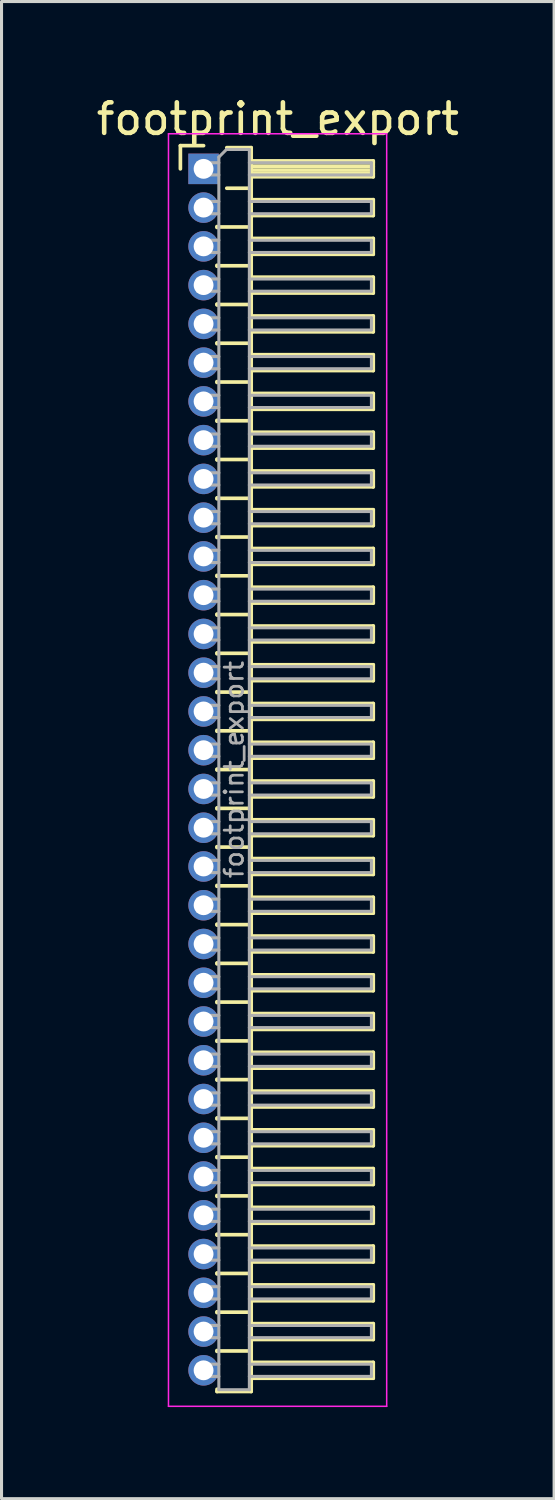
<source format=kicad_pcb>
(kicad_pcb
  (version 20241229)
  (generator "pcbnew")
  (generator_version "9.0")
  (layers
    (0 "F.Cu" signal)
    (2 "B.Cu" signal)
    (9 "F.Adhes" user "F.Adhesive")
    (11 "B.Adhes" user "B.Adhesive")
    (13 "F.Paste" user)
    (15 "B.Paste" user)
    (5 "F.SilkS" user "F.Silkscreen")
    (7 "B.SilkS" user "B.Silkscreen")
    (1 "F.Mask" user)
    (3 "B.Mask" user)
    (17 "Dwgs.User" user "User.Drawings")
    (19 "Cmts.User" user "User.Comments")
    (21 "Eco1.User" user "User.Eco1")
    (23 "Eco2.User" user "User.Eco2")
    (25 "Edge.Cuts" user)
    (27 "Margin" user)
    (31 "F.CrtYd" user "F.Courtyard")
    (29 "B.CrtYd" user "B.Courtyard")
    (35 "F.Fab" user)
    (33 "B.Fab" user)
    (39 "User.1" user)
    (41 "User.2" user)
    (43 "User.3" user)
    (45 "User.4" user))
  (footprint "footprint_export"
    (layer "F.Cu")
    (at 3.621 2.483)
    (property "Reference" "footprint_export" (at 2.433 -1.635 0) (layer "F.SilkS") (effects (font (size 1 1) (thickness 0.15))))
    (attr through_hole)
    (fp_line (start -0.76 -0.76) (end 0 -0.76) (stroke (width 0.12) (type solid)) (layer "F.SilkS"))
    (fp_line (start -0.76 0) (end -0.76 -0.76) (stroke (width 0.12) (type solid)) (layer "F.SilkS"))
    (fp_line (start 0.44 1.89) (end 0.44 1.92) (stroke (width 0.12) (type solid)) (layer "F.SilkS"))
    (fp_line (start 0.44 1.905) (end 1.56 1.905) (stroke (width 0.12) (type solid)) (layer "F.SilkS"))
    (fp_line (start 0.44 3.16) (end 0.44 3.19) (stroke (width 0.12) (type solid)) (layer "F.SilkS"))
    (fp_line (start 0.44 3.175) (end 1.56 3.175) (stroke (width 0.12) (type solid)) (layer "F.SilkS"))
    (fp_line (start 0.44 4.43) (end 0.44 4.46) (stroke (width 0.12) (type solid)) (layer "F.SilkS"))
    (fp_line (start 0.44 4.445) (end 1.56 4.445) (stroke (width 0.12) (type solid)) (layer "F.SilkS"))
    (fp_line (start 0.44 5.7) (end 0.44 5.73) (stroke (width 0.12) (type solid)) (layer "F.SilkS"))
    (fp_line (start 0.44 5.715) (end 1.56 5.715) (stroke (width 0.12) (type solid)) (layer "F.SilkS"))
    (fp_line (start 0.44 6.97) (end 0.44 7) (stroke (width 0.12) (type solid)) (layer "F.SilkS"))
    (fp_line (start 0.44 6.985) (end 1.56 6.985) (stroke (width 0.12) (type solid)) (layer "F.SilkS"))
    (fp_line (start 0.44 8.24) (end 0.44 8.27) (stroke (width 0.12) (type solid)) (layer "F.SilkS"))
    (fp_line (start 0.44 8.255) (end 1.56 8.255) (stroke (width 0.12) (type solid)) (layer "F.SilkS"))
    (fp_line (start 0.44 9.51) (end 0.44 9.54) (stroke (width 0.12) (type solid)) (layer "F.SilkS"))
    (fp_line (start 0.44 9.525) (end 1.56 9.525) (stroke (width 0.12) (type solid)) (layer "F.SilkS"))
    (fp_line (start 0.44 10.78) (end 0.44 10.81) (stroke (width 0.12) (type solid)) (layer "F.SilkS"))
    (fp_line (start 0.44 10.795) (end 1.56 10.795) (stroke (width 0.12) (type solid)) (layer "F.SilkS"))
    (fp_line (start 0.44 12.05) (end 0.44 12.08) (stroke (width 0.12) (type solid)) (layer "F.SilkS"))
    (fp_line (start 0.44 12.065) (end 1.56 12.065) (stroke (width 0.12) (type solid)) (layer "F.SilkS"))
    (fp_line (start 0.44 13.32) (end 0.44 13.35) (stroke (width 0.12) (type solid)) (layer "F.SilkS"))
    (fp_line (start 0.44 13.335) (end 1.56 13.335) (stroke (width 0.12) (type solid)) (layer "F.SilkS"))
    (fp_line (start 0.44 14.59) (end 0.44 14.62) (stroke (width 0.12) (type solid)) (layer "F.SilkS"))
    (fp_line (start 0.44 14.605) (end 1.56 14.605) (stroke (width 0.12) (type solid)) (layer "F.SilkS"))
    (fp_line (start 0.44 15.86) (end 0.44 15.89) (stroke (width 0.12) (type solid)) (layer "F.SilkS"))
    (fp_line (start 0.44 15.875) (end 1.56 15.875) (stroke (width 0.12) (type solid)) (layer "F.SilkS"))
    (fp_line (start 0.44 17.13) (end 0.44 17.16) (stroke (width 0.12) (type solid)) (layer "F.SilkS"))
    (fp_line (start 0.44 17.145) (end 1.56 17.145) (stroke (width 0.12) (type solid)) (layer "F.SilkS"))
    (fp_line (start 0.44 18.4) (end 0.44 18.43) (stroke (width 0.12) (type solid)) (layer "F.SilkS"))
    (fp_line (start 0.44 18.415) (end 1.56 18.415) (stroke (width 0.12) (type solid)) (layer "F.SilkS"))
    (fp_line (start 0.44 19.67) (end 0.44 19.7) (stroke (width 0.12) (type solid)) (layer "F.SilkS"))
    (fp_line (start 0.44 19.685) (end 1.56 19.685) (stroke (width 0.12) (type solid)) (layer "F.SilkS"))
    (fp_line (start 0.44 20.94) (end 0.44 20.97) (stroke (width 0.12) (type solid)) (layer "F.SilkS"))
    (fp_line (start 0.44 20.955) (end 1.56 20.955) (stroke (width 0.12) (type solid)) (layer "F.SilkS"))
    (fp_line (start 0.44 22.21) (end 0.44 22.24) (stroke (width 0.12) (type solid)) (layer "F.SilkS"))
    (fp_line (start 0.44 22.225) (end 1.56 22.225) (stroke (width 0.12) (type solid)) (layer "F.SilkS"))
    (fp_line (start 0.44 23.48) (end 0.44 23.51) (stroke (width 0.12) (type solid)) (layer "F.SilkS"))
    (fp_line (start 0.44 23.495) (end 1.56 23.495) (stroke (width 0.12) (type solid)) (layer "F.SilkS"))
    (fp_line (start 0.44 24.75) (end 0.44 24.78) (stroke (width 0.12) (type solid)) (layer "F.SilkS"))
    (fp_line (start 0.44 24.765) (end 1.56 24.765) (stroke (width 0.12) (type solid)) (layer "F.SilkS"))
    (fp_line (start 0.44 26.02) (end 0.44 26.05) (stroke (width 0.12) (type solid)) (layer "F.SilkS"))
    (fp_line (start 0.44 26.035) (end 1.56 26.035) (stroke (width 0.12) (type solid)) (layer "F.SilkS"))
    (fp_line (start 0.44 27.29) (end 0.44 27.32) (stroke (width 0.12) (type solid)) (layer "F.SilkS"))
    (fp_line (start 0.44 27.305) (end 1.56 27.305) (stroke (width 0.12) (type solid)) (layer "F.SilkS"))
    (fp_line (start 0.44 28.56) (end 0.44 28.59) (stroke (width 0.12) (type solid)) (layer "F.SilkS"))
    (fp_line (start 0.44 28.575) (end 1.56 28.575) (stroke (width 0.12) (type solid)) (layer "F.SilkS"))
    (fp_line (start 0.44 29.83) (end 0.44 29.86) (stroke (width 0.12) (type solid)) (layer "F.SilkS"))
    (fp_line (start 0.44 29.845) (end 1.56 29.845) (stroke (width 0.12) (type solid)) (layer "F.SilkS"))
    (fp_line (start 0.44 31.1) (end 0.44 31.13) (stroke (width 0.12) (type solid)) (layer "F.SilkS"))
    (fp_line (start 0.44 31.115) (end 1.56 31.115) (stroke (width 0.12) (type solid)) (layer "F.SilkS"))
    (fp_line (start 0.44 32.37) (end 0.44 32.4) (stroke (width 0.12) (type solid)) (layer "F.SilkS"))
    (fp_line (start 0.44 32.385) (end 1.56 32.385) (stroke (width 0.12) (type solid)) (layer "F.SilkS"))
    (fp_line (start 0.44 33.64) (end 0.44 33.67) (stroke (width 0.12) (type solid)) (layer "F.SilkS"))
    (fp_line (start 0.44 33.655) (end 1.56 33.655) (stroke (width 0.12) (type solid)) (layer "F.SilkS"))
    (fp_line (start 0.44 34.91) (end 0.44 34.94) (stroke (width 0.12) (type solid)) (layer "F.SilkS"))
    (fp_line (start 0.44 34.925) (end 1.56 34.925) (stroke (width 0.12) (type solid)) (layer "F.SilkS"))
    (fp_line (start 0.44 36.18) (end 0.44 36.21) (stroke (width 0.12) (type solid)) (layer "F.SilkS"))
    (fp_line (start 0.44 36.195) (end 1.56 36.195) (stroke (width 0.12) (type solid)) (layer "F.SilkS"))
    (fp_line (start 0.44 37.45) (end 0.44 37.48) (stroke (width 0.12) (type solid)) (layer "F.SilkS"))
    (fp_line (start 0.44 37.465) (end 1.56 37.465) (stroke (width 0.12) (type solid)) (layer "F.SilkS"))
    (fp_line (start 0.44 38.72) (end 0.44 38.75) (stroke (width 0.12) (type solid)) (layer "F.SilkS"))
    (fp_line (start 0.44 38.735) (end 1.56 38.735) (stroke (width 0.12) (type solid)) (layer "F.SilkS"))
    (fp_line (start 0.44 40.065) (end 0.44 39.99) (stroke (width 0.12) (type solid)) (layer "F.SilkS"))
    (fp_line (start 0.76 -0.695) (end 1.56 -0.695) (stroke (width 0.12) (type solid)) (layer "F.SilkS"))
    (fp_line (start 0.76 0.635) (end 1.56 0.635) (stroke (width 0.12) (type solid)) (layer "F.SilkS"))
    (fp_line (start 1.56 -0.695) (end 1.56 40.065) (stroke (width 0.12) (type solid)) (layer "F.SilkS"))
    (fp_line (start 1.56 -0.26) (end 5.56 -0.26) (stroke (width 0.12) (type solid)) (layer "F.SilkS"))
    (fp_line (start 1.56 -0.2) (end 5.56 -0.2) (stroke (width 0.12) (type solid)) (layer "F.SilkS"))
    (fp_line (start 1.56 -0.08) (end 5.56 -0.08) (stroke (width 0.12) (type solid)) (layer "F.SilkS"))
    (fp_line (start 1.56 0.04) (end 5.56 0.04) (stroke (width 0.12) (type solid)) (layer "F.SilkS"))
    (fp_line (start 1.56 0.16) (end 5.56 0.16) (stroke (width 0.12) (type solid)) (layer "F.SilkS"))
    (fp_line (start 1.56 1.01) (end 5.56 1.01) (stroke (width 0.12) (type solid)) (layer "F.SilkS"))
    (fp_line (start 1.56 2.28) (end 5.56 2.28) (stroke (width 0.12) (type solid)) (layer "F.SilkS"))
    (fp_line (start 1.56 3.55) (end 5.56 3.55) (stroke (width 0.12) (type solid)) (layer "F.SilkS"))
    (fp_line (start 1.56 4.82) (end 5.56 4.82) (stroke (width 0.12) (type solid)) (layer "F.SilkS"))
    (fp_line (start 1.56 6.09) (end 5.56 6.09) (stroke (width 0.12) (type solid)) (layer "F.SilkS"))
    (fp_line (start 1.56 7.36) (end 5.56 7.36) (stroke (width 0.12) (type solid)) (layer "F.SilkS"))
    (fp_line (start 1.56 8.63) (end 5.56 8.63) (stroke (width 0.12) (type solid)) (layer "F.SilkS"))
    (fp_line (start 1.56 9.9) (end 5.56 9.9) (stroke (width 0.12) (type solid)) (layer "F.SilkS"))
    (fp_line (start 1.56 11.17) (end 5.56 11.17) (stroke (width 0.12) (type solid)) (layer "F.SilkS"))
    (fp_line (start 1.56 12.44) (end 5.56 12.44) (stroke (width 0.12) (type solid)) (layer "F.SilkS"))
    (fp_line (start 1.56 13.71) (end 5.56 13.71) (stroke (width 0.12) (type solid)) (layer "F.SilkS"))
    (fp_line (start 1.56 14.98) (end 5.56 14.98) (stroke (width 0.12) (type solid)) (layer "F.SilkS"))
    (fp_line (start 1.56 16.25) (end 5.56 16.25) (stroke (width 0.12) (type solid)) (layer "F.SilkS"))
    (fp_line (start 1.56 17.52) (end 5.56 17.52) (stroke (width 0.12) (type solid)) (layer "F.SilkS"))
    (fp_line (start 1.56 18.79) (end 5.56 18.79) (stroke (width 0.12) (type solid)) (layer "F.SilkS"))
    (fp_line (start 1.56 20.06) (end 5.56 20.06) (stroke (width 0.12) (type solid)) (layer "F.SilkS"))
    (fp_line (start 1.56 21.33) (end 5.56 21.33) (stroke (width 0.12) (type solid)) (layer "F.SilkS"))
    (fp_line (start 1.56 22.6) (end 5.56 22.6) (stroke (width 0.12) (type solid)) (layer "F.SilkS"))
    (fp_line (start 1.56 23.87) (end 5.56 23.87) (stroke (width 0.12) (type solid)) (layer "F.SilkS"))
    (fp_line (start 1.56 25.14) (end 5.56 25.14) (stroke (width 0.12) (type solid)) (layer "F.SilkS"))
    (fp_line (start 1.56 26.41) (end 5.56 26.41) (stroke (width 0.12) (type solid)) (layer "F.SilkS"))
    (fp_line (start 1.56 27.68) (end 5.56 27.68) (stroke (width 0.12) (type solid)) (layer "F.SilkS"))
    (fp_line (start 1.56 28.95) (end 5.56 28.95) (stroke (width 0.12) (type solid)) (layer "F.SilkS"))
    (fp_line (start 1.56 30.22) (end 5.56 30.22) (stroke (width 0.12) (type solid)) (layer "F.SilkS"))
    (fp_line (start 1.56 31.49) (end 5.56 31.49) (stroke (width 0.12) (type solid)) (layer "F.SilkS"))
    (fp_line (start 1.56 32.76) (end 5.56 32.76) (stroke (width 0.12) (type solid)) (layer "F.SilkS"))
    (fp_line (start 1.56 34.03) (end 5.56 34.03) (stroke (width 0.12) (type solid)) (layer "F.SilkS"))
    (fp_line (start 1.56 35.3) (end 5.56 35.3) (stroke (width 0.12) (type solid)) (layer "F.SilkS"))
    (fp_line (start 1.56 36.57) (end 5.56 36.57) (stroke (width 0.12) (type solid)) (layer "F.SilkS"))
    (fp_line (start 1.56 37.84) (end 5.56 37.84) (stroke (width 0.12) (type solid)) (layer "F.SilkS"))
    (fp_line (start 1.56 39.11) (end 5.56 39.11) (stroke (width 0.12) (type solid)) (layer "F.SilkS"))
    (fp_line (start 1.56 40.065) (end 0.44 40.065) (stroke (width 0.12) (type solid)) (layer "F.SilkS"))
    (fp_line (start 5.56 -0.26) (end 5.56 0.26) (stroke (width 0.12) (type solid)) (layer "F.SilkS"))
    (fp_line (start 5.56 0.26) (end 1.56 0.26) (stroke (width 0.12) (type solid)) (layer "F.SilkS"))
    (fp_line (start 5.56 1.01) (end 5.56 1.53) (stroke (width 0.12) (type solid)) (layer "F.SilkS"))
    (fp_line (start 5.56 1.53) (end 1.56 1.53) (stroke (width 0.12) (type solid)) (layer "F.SilkS"))
    (fp_line (start 5.56 2.28) (end 5.56 2.8) (stroke (width 0.12) (type solid)) (layer "F.SilkS"))
    (fp_line (start 5.56 2.8) (end 1.56 2.8) (stroke (width 0.12) (type solid)) (layer "F.SilkS"))
    (fp_line (start 5.56 3.55) (end 5.56 4.07) (stroke (width 0.12) (type solid)) (layer "F.SilkS"))
    (fp_line (start 5.56 4.07) (end 1.56 4.07) (stroke (width 0.12) (type solid)) (layer "F.SilkS"))
    (fp_line (start 5.56 4.82) (end 5.56 5.34) (stroke (width 0.12) (type solid)) (layer "F.SilkS"))
    (fp_line (start 5.56 5.34) (end 1.56 5.34) (stroke (width 0.12) (type solid)) (layer "F.SilkS"))
    (fp_line (start 5.56 6.09) (end 5.56 6.61) (stroke (width 0.12) (type solid)) (layer "F.SilkS"))
    (fp_line (start 5.56 6.61) (end 1.56 6.61) (stroke (width 0.12) (type solid)) (layer "F.SilkS"))
    (fp_line (start 5.56 7.36) (end 5.56 7.88) (stroke (width 0.12) (type solid)) (layer "F.SilkS"))
    (fp_line (start 5.56 7.88) (end 1.56 7.88) (stroke (width 0.12) (type solid)) (layer "F.SilkS"))
    (fp_line (start 5.56 8.63) (end 5.56 9.15) (stroke (width 0.12) (type solid)) (layer "F.SilkS"))
    (fp_line (start 5.56 9.15) (end 1.56 9.15) (stroke (width 0.12) (type solid)) (layer "F.SilkS"))
    (fp_line (start 5.56 9.9) (end 5.56 10.42) (stroke (width 0.12) (type solid)) (layer "F.SilkS"))
    (fp_line (start 5.56 10.42) (end 1.56 10.42) (stroke (width 0.12) (type solid)) (layer "F.SilkS"))
    (fp_line (start 5.56 11.17) (end 5.56 11.69) (stroke (width 0.12) (type solid)) (layer "F.SilkS"))
    (fp_line (start 5.56 11.69) (end 1.56 11.69) (stroke (width 0.12) (type solid)) (layer "F.SilkS"))
    (fp_line (start 5.56 12.44) (end 5.56 12.96) (stroke (width 0.12) (type solid)) (layer "F.SilkS"))
    (fp_line (start 5.56 12.96) (end 1.56 12.96) (stroke (width 0.12) (type solid)) (layer "F.SilkS"))
    (fp_line (start 5.56 13.71) (end 5.56 14.23) (stroke (width 0.12) (type solid)) (layer "F.SilkS"))
    (fp_line (start 5.56 14.23) (end 1.56 14.23) (stroke (width 0.12) (type solid)) (layer "F.SilkS"))
    (fp_line (start 5.56 14.98) (end 5.56 15.5) (stroke (width 0.12) (type solid)) (layer "F.SilkS"))
    (fp_line (start 5.56 15.5) (end 1.56 15.5) (stroke (width 0.12) (type solid)) (layer "F.SilkS"))
    (fp_line (start 5.56 16.25) (end 5.56 16.77) (stroke (width 0.12) (type solid)) (layer "F.SilkS"))
    (fp_line (start 5.56 16.77) (end 1.56 16.77) (stroke (width 0.12) (type solid)) (layer "F.SilkS"))
    (fp_line (start 5.56 17.52) (end 5.56 18.04) (stroke (width 0.12) (type solid)) (layer "F.SilkS"))
    (fp_line (start 5.56 18.04) (end 1.56 18.04) (stroke (width 0.12) (type solid)) (layer "F.SilkS"))
    (fp_line (start 5.56 18.79) (end 5.56 19.31) (stroke (width 0.12) (type solid)) (layer "F.SilkS"))
    (fp_line (start 5.56 19.31) (end 1.56 19.31) (stroke (width 0.12) (type solid)) (layer "F.SilkS"))
    (fp_line (start 5.56 20.06) (end 5.56 20.58) (stroke (width 0.12) (type solid)) (layer "F.SilkS"))
    (fp_line (start 5.56 20.58) (end 1.56 20.58) (stroke (width 0.12) (type solid)) (layer "F.SilkS"))
    (fp_line (start 5.56 21.33) (end 5.56 21.85) (stroke (width 0.12) (type solid)) (layer "F.SilkS"))
    (fp_line (start 5.56 21.85) (end 1.56 21.85) (stroke (width 0.12) (type solid)) (layer "F.SilkS"))
    (fp_line (start 5.56 22.6) (end 5.56 23.12) (stroke (width 0.12) (type solid)) (layer "F.SilkS"))
    (fp_line (start 5.56 23.12) (end 1.56 23.12) (stroke (width 0.12) (type solid)) (layer "F.SilkS"))
    (fp_line (start 5.56 23.87) (end 5.56 24.39) (stroke (width 0.12) (type solid)) (layer "F.SilkS"))
    (fp_line (start 5.56 24.39) (end 1.56 24.39) (stroke (width 0.12) (type solid)) (layer "F.SilkS"))
    (fp_line (start 5.56 25.14) (end 5.56 25.66) (stroke (width 0.12) (type solid)) (layer "F.SilkS"))
    (fp_line (start 5.56 25.66) (end 1.56 25.66) (stroke (width 0.12) (type solid)) (layer "F.SilkS"))
    (fp_line (start 5.56 26.41) (end 5.56 26.93) (stroke (width 0.12) (type solid)) (layer "F.SilkS"))
    (fp_line (start 5.56 26.93) (end 1.56 26.93) (stroke (width 0.12) (type solid)) (layer "F.SilkS"))
    (fp_line (start 5.56 27.68) (end 5.56 28.2) (stroke (width 0.12) (type solid)) (layer "F.SilkS"))
    (fp_line (start 5.56 28.2) (end 1.56 28.2) (stroke (width 0.12) (type solid)) (layer "F.SilkS"))
    (fp_line (start 5.56 28.95) (end 5.56 29.47) (stroke (width 0.12) (type solid)) (layer "F.SilkS"))
    (fp_line (start 5.56 29.47) (end 1.56 29.47) (stroke (width 0.12) (type solid)) (layer "F.SilkS"))
    (fp_line (start 5.56 30.22) (end 5.56 30.74) (stroke (width 0.12) (type solid)) (layer "F.SilkS"))
    (fp_line (start 5.56 30.74) (end 1.56 30.74) (stroke (width 0.12) (type solid)) (layer "F.SilkS"))
    (fp_line (start 5.56 31.49) (end 5.56 32.01) (stroke (width 0.12) (type solid)) (layer "F.SilkS"))
    (fp_line (start 5.56 32.01) (end 1.56 32.01) (stroke (width 0.12) (type solid)) (layer "F.SilkS"))
    (fp_line (start 5.56 32.76) (end 5.56 33.28) (stroke (width 0.12) (type solid)) (layer "F.SilkS"))
    (fp_line (start 5.56 33.28) (end 1.56 33.28) (stroke (width 0.12) (type solid)) (layer "F.SilkS"))
    (fp_line (start 5.56 34.03) (end 5.56 34.55) (stroke (width 0.12) (type solid)) (layer "F.SilkS"))
    (fp_line (start 5.56 34.55) (end 1.56 34.55) (stroke (width 0.12) (type solid)) (layer "F.SilkS"))
    (fp_line (start 5.56 35.3) (end 5.56 35.82) (stroke (width 0.12) (type solid)) (layer "F.SilkS"))
    (fp_line (start 5.56 35.82) (end 1.56 35.82) (stroke (width 0.12) (type solid)) (layer "F.SilkS"))
    (fp_line (start 5.56 36.57) (end 5.56 37.09) (stroke (width 0.12) (type solid)) (layer "F.SilkS"))
    (fp_line (start 5.56 37.09) (end 1.56 37.09) (stroke (width 0.12) (type solid)) (layer "F.SilkS"))
    (fp_line (start 5.56 37.84) (end 5.56 38.36) (stroke (width 0.12) (type solid)) (layer "F.SilkS"))
    (fp_line (start 5.56 38.36) (end 1.56 38.36) (stroke (width 0.12) (type solid)) (layer "F.SilkS"))
    (fp_line (start 5.56 39.11) (end 5.56 39.63) (stroke (width 0.12) (type solid)) (layer "F.SilkS"))
    (fp_line (start 5.56 39.63) (end 1.56 39.63) (stroke (width 0.12) (type solid)) (layer "F.SilkS"))
    (fp_line (start -1.15 -1.15) (end -1.15 40.55) (stroke (width 0.05) (type solid)) (layer "F.CrtYd"))
    (fp_line (start -1.15 40.55) (end 6 40.55) (stroke (width 0.05) (type solid)) (layer "F.CrtYd"))
    (fp_line (start 6 -1.15) (end -1.15 -1.15) (stroke (width 0.05) (type solid)) (layer "F.CrtYd"))
    (fp_line (start 6 40.55) (end 6 -1.15) (stroke (width 0.05) (type solid)) (layer "F.CrtYd"))
    (fp_line (start -0.2 -0.2) (end -0.2 0.2) (stroke (width 0.1) (type solid)) (layer "F.Fab"))
    (fp_line (start -0.2 -0.2) (end 0.5 -0.2) (stroke (width 0.1) (type solid)) (layer "F.Fab"))
    (fp_line (start -0.2 0.2) (end 0.5 0.2) (stroke (width 0.1) (type solid)) (layer "F.Fab"))
    (fp_line (start -0.2 1.07) (end -0.2 1.47) (stroke (width 0.1) (type solid)) (layer "F.Fab"))
    (fp_line (start -0.2 1.07) (end 0.5 1.07) (stroke (width 0.1) (type solid)) (layer "F.Fab"))
    (fp_line (start -0.2 1.47) (end 0.5 1.47) (stroke (width 0.1) (type solid)) (layer "F.Fab"))
    (fp_line (start -0.2 2.34) (end -0.2 2.74) (stroke (width 0.1) (type solid)) (layer "F.Fab"))
    (fp_line (start -0.2 2.34) (end 0.5 2.34) (stroke (width 0.1) (type solid)) (layer "F.Fab"))
    (fp_line (start -0.2 2.74) (end 0.5 2.74) (stroke (width 0.1) (type solid)) (layer "F.Fab"))
    (fp_line (start -0.2 3.61) (end -0.2 4.01) (stroke (width 0.1) (type solid)) (layer "F.Fab"))
    (fp_line (start -0.2 3.61) (end 0.5 3.61) (stroke (width 0.1) (type solid)) (layer "F.Fab"))
    (fp_line (start -0.2 4.01) (end 0.5 4.01) (stroke (width 0.1) (type solid)) (layer "F.Fab"))
    (fp_line (start -0.2 4.88) (end -0.2 5.28) (stroke (width 0.1) (type solid)) (layer "F.Fab"))
    (fp_line (start -0.2 4.88) (end 0.5 4.88) (stroke (width 0.1) (type solid)) (layer "F.Fab"))
    (fp_line (start -0.2 5.28) (end 0.5 5.28) (stroke (width 0.1) (type solid)) (layer "F.Fab"))
    (fp_line (start -0.2 6.15) (end -0.2 6.55) (stroke (width 0.1) (type solid)) (layer "F.Fab"))
    (fp_line (start -0.2 6.15) (end 0.5 6.15) (stroke (width 0.1) (type solid)) (layer "F.Fab"))
    (fp_line (start -0.2 6.55) (end 0.5 6.55) (stroke (width 0.1) (type solid)) (layer "F.Fab"))
    (fp_line (start -0.2 7.42) (end -0.2 7.82) (stroke (width 0.1) (type solid)) (layer "F.Fab"))
    (fp_line (start -0.2 7.42) (end 0.5 7.42) (stroke (width 0.1) (type solid)) (layer "F.Fab"))
    (fp_line (start -0.2 7.82) (end 0.5 7.82) (stroke (width 0.1) (type solid)) (layer "F.Fab"))
    (fp_line (start -0.2 8.69) (end -0.2 9.09) (stroke (width 0.1) (type solid)) (layer "F.Fab"))
    (fp_line (start -0.2 8.69) (end 0.5 8.69) (stroke (width 0.1) (type solid)) (layer "F.Fab"))
    (fp_line (start -0.2 9.09) (end 0.5 9.09) (stroke (width 0.1) (type solid)) (layer "F.Fab"))
    (fp_line (start -0.2 9.96) (end -0.2 10.36) (stroke (width 0.1) (type solid)) (layer "F.Fab"))
    (fp_line (start -0.2 9.96) (end 0.5 9.96) (stroke (width 0.1) (type solid)) (layer "F.Fab"))
    (fp_line (start -0.2 10.36) (end 0.5 10.36) (stroke (width 0.1) (type solid)) (layer "F.Fab"))
    (fp_line (start -0.2 11.23) (end -0.2 11.63) (stroke (width 0.1) (type solid)) (layer "F.Fab"))
    (fp_line (start -0.2 11.23) (end 0.5 11.23) (stroke (width 0.1) (type solid)) (layer "F.Fab"))
    (fp_line (start -0.2 11.63) (end 0.5 11.63) (stroke (width 0.1) (type solid)) (layer "F.Fab"))
    (fp_line (start -0.2 12.5) (end -0.2 12.9) (stroke (width 0.1) (type solid)) (layer "F.Fab"))
    (fp_line (start -0.2 12.5) (end 0.5 12.5) (stroke (width 0.1) (type solid)) (layer "F.Fab"))
    (fp_line (start -0.2 12.9) (end 0.5 12.9) (stroke (width 0.1) (type solid)) (layer "F.Fab"))
    (fp_line (start -0.2 13.77) (end -0.2 14.17) (stroke (width 0.1) (type solid)) (layer "F.Fab"))
    (fp_line (start -0.2 13.77) (end 0.5 13.77) (stroke (width 0.1) (type solid)) (layer "F.Fab"))
    (fp_line (start -0.2 14.17) (end 0.5 14.17) (stroke (width 0.1) (type solid)) (layer "F.Fab"))
    (fp_line (start -0.2 15.04) (end -0.2 15.44) (stroke (width 0.1) (type solid)) (layer "F.Fab"))
    (fp_line (start -0.2 15.04) (end 0.5 15.04) (stroke (width 0.1) (type solid)) (layer "F.Fab"))
    (fp_line (start -0.2 15.44) (end 0.5 15.44) (stroke (width 0.1) (type solid)) (layer "F.Fab"))
    (fp_line (start -0.2 16.31) (end -0.2 16.71) (stroke (width 0.1) (type solid)) (layer "F.Fab"))
    (fp_line (start -0.2 16.31) (end 0.5 16.31) (stroke (width 0.1) (type solid)) (layer "F.Fab"))
    (fp_line (start -0.2 16.71) (end 0.5 16.71) (stroke (width 0.1) (type solid)) (layer "F.Fab"))
    (fp_line (start -0.2 17.58) (end -0.2 17.98) (stroke (width 0.1) (type solid)) (layer "F.Fab"))
    (fp_line (start -0.2 17.58) (end 0.5 17.58) (stroke (width 0.1) (type solid)) (layer "F.Fab"))
    (fp_line (start -0.2 17.98) (end 0.5 17.98) (stroke (width 0.1) (type solid)) (layer "F.Fab"))
    (fp_line (start -0.2 18.85) (end -0.2 19.25) (stroke (width 0.1) (type solid)) (layer "F.Fab"))
    (fp_line (start -0.2 18.85) (end 0.5 18.85) (stroke (width 0.1) (type solid)) (layer "F.Fab"))
    (fp_line (start -0.2 19.25) (end 0.5 19.25) (stroke (width 0.1) (type solid)) (layer "F.Fab"))
    (fp_line (start -0.2 20.12) (end -0.2 20.52) (stroke (width 0.1) (type solid)) (layer "F.Fab"))
    (fp_line (start -0.2 20.12) (end 0.5 20.12) (stroke (width 0.1) (type solid)) (layer "F.Fab"))
    (fp_line (start -0.2 20.52) (end 0.5 20.52) (stroke (width 0.1) (type solid)) (layer "F.Fab"))
    (fp_line (start -0.2 21.39) (end -0.2 21.79) (stroke (width 0.1) (type solid)) (layer "F.Fab"))
    (fp_line (start -0.2 21.39) (end 0.5 21.39) (stroke (width 0.1) (type solid)) (layer "F.Fab"))
    (fp_line (start -0.2 21.79) (end 0.5 21.79) (stroke (width 0.1) (type solid)) (layer "F.Fab"))
    (fp_line (start -0.2 22.66) (end -0.2 23.06) (stroke (width 0.1) (type solid)) (layer "F.Fab"))
    (fp_line (start -0.2 22.66) (end 0.5 22.66) (stroke (width 0.1) (type solid)) (layer "F.Fab"))
    (fp_line (start -0.2 23.06) (end 0.5 23.06) (stroke (width 0.1) (type solid)) (layer "F.Fab"))
    (fp_line (start -0.2 23.93) (end -0.2 24.33) (stroke (width 0.1) (type solid)) (layer "F.Fab"))
    (fp_line (start -0.2 23.93) (end 0.5 23.93) (stroke (width 0.1) (type solid)) (layer "F.Fab"))
    (fp_line (start -0.2 24.33) (end 0.5 24.33) (stroke (width 0.1) (type solid)) (layer "F.Fab"))
    (fp_line (start -0.2 25.2) (end -0.2 25.6) (stroke (width 0.1) (type solid)) (layer "F.Fab"))
    (fp_line (start -0.2 25.2) (end 0.5 25.2) (stroke (width 0.1) (type solid)) (layer "F.Fab"))
    (fp_line (start -0.2 25.6) (end 0.5 25.6) (stroke (width 0.1) (type solid)) (layer "F.Fab"))
    (fp_line (start -0.2 26.47) (end -0.2 26.87) (stroke (width 0.1) (type solid)) (layer "F.Fab"))
    (fp_line (start -0.2 26.47) (end 0.5 26.47) (stroke (width 0.1) (type solid)) (layer "F.Fab"))
    (fp_line (start -0.2 26.87) (end 0.5 26.87) (stroke (width 0.1) (type solid)) (layer "F.Fab"))
    (fp_line (start -0.2 27.74) (end -0.2 28.14) (stroke (width 0.1) (type solid)) (layer "F.Fab"))
    (fp_line (start -0.2 27.74) (end 0.5 27.74) (stroke (width 0.1) (type solid)) (layer "F.Fab"))
    (fp_line (start -0.2 28.14) (end 0.5 28.14) (stroke (width 0.1) (type solid)) (layer "F.Fab"))
    (fp_line (start -0.2 29.01) (end -0.2 29.41) (stroke (width 0.1) (type solid)) (layer "F.Fab"))
    (fp_line (start -0.2 29.01) (end 0.5 29.01) (stroke (width 0.1) (type solid)) (layer "F.Fab"))
    (fp_line (start -0.2 29.41) (end 0.5 29.41) (stroke (width 0.1) (type solid)) (layer "F.Fab"))
    (fp_line (start -0.2 30.28) (end -0.2 30.68) (stroke (width 0.1) (type solid)) (layer "F.Fab"))
    (fp_line (start -0.2 30.28) (end 0.5 30.28) (stroke (width 0.1) (type solid)) (layer "F.Fab"))
    (fp_line (start -0.2 30.68) (end 0.5 30.68) (stroke (width 0.1) (type solid)) (layer "F.Fab"))
    (fp_line (start -0.2 31.55) (end -0.2 31.95) (stroke (width 0.1) (type solid)) (layer "F.Fab"))
    (fp_line (start -0.2 31.55) (end 0.5 31.55) (stroke (width 0.1) (type solid)) (layer "F.Fab"))
    (fp_line (start -0.2 31.95) (end 0.5 31.95) (stroke (width 0.1) (type solid)) (layer "F.Fab"))
    (fp_line (start -0.2 32.82) (end -0.2 33.22) (stroke (width 0.1) (type solid)) (layer "F.Fab"))
    (fp_line (start -0.2 32.82) (end 0.5 32.82) (stroke (width 0.1) (type solid)) (layer "F.Fab"))
    (fp_line (start -0.2 33.22) (end 0.5 33.22) (stroke (width 0.1) (type solid)) (layer "F.Fab"))
    (fp_line (start -0.2 34.09) (end -0.2 34.49) (stroke (width 0.1) (type solid)) (layer "F.Fab"))
    (fp_line (start -0.2 34.09) (end 0.5 34.09) (stroke (width 0.1) (type solid)) (layer "F.Fab"))
    (fp_line (start -0.2 34.49) (end 0.5 34.49) (stroke (width 0.1) (type solid)) (layer "F.Fab"))
    (fp_line (start -0.2 35.36) (end -0.2 35.76) (stroke (width 0.1) (type solid)) (layer "F.Fab"))
    (fp_line (start -0.2 35.36) (end 0.5 35.36) (stroke (width 0.1) (type solid)) (layer "F.Fab"))
    (fp_line (start -0.2 35.76) (end 0.5 35.76) (stroke (width 0.1) (type solid)) (layer "F.Fab"))
    (fp_line (start -0.2 36.63) (end -0.2 37.03) (stroke (width 0.1) (type solid)) (layer "F.Fab"))
    (fp_line (start -0.2 36.63) (end 0.5 36.63) (stroke (width 0.1) (type solid)) (layer "F.Fab"))
    (fp_line (start -0.2 37.03) (end 0.5 37.03) (stroke (width 0.1) (type solid)) (layer "F.Fab"))
    (fp_line (start -0.2 37.9) (end -0.2 38.3) (stroke (width 0.1) (type solid)) (layer "F.Fab"))
    (fp_line (start -0.2 37.9) (end 0.5 37.9) (stroke (width 0.1) (type solid)) (layer "F.Fab"))
    (fp_line (start -0.2 38.3) (end 0.5 38.3) (stroke (width 0.1) (type solid)) (layer "F.Fab"))
    (fp_line (start -0.2 39.17) (end -0.2 39.57) (stroke (width 0.1) (type solid)) (layer "F.Fab"))
    (fp_line (start -0.2 39.17) (end 0.5 39.17) (stroke (width 0.1) (type solid)) (layer "F.Fab"))
    (fp_line (start -0.2 39.57) (end 0.5 39.57) (stroke (width 0.1) (type solid)) (layer "F.Fab"))
    (fp_line (start 0.5 -0.385) (end 0.75 -0.635) (stroke (width 0.1) (type solid)) (layer "F.Fab"))
    (fp_line (start 0.5 40.005) (end 0.5 -0.385) (stroke (width 0.1) (type solid)) (layer "F.Fab"))
    (fp_line (start 0.75 -0.635) (end 1.5 -0.635) (stroke (width 0.1) (type solid)) (layer "F.Fab"))
    (fp_line (start 1.5 -0.635) (end 1.5 40.005) (stroke (width 0.1) (type solid)) (layer "F.Fab"))
    (fp_line (start 1.5 -0.2) (end 5.5 -0.2) (stroke (width 0.1) (type solid)) (layer "F.Fab"))
    (fp_line (start 1.5 0.2) (end 5.5 0.2) (stroke (width 0.1) (type solid)) (layer "F.Fab"))
    (fp_line (start 1.5 1.07) (end 5.5 1.07) (stroke (width 0.1) (type solid)) (layer "F.Fab"))
    (fp_line (start 1.5 1.47) (end 5.5 1.47) (stroke (width 0.1) (type solid)) (layer "F.Fab"))
    (fp_line (start 1.5 2.34) (end 5.5 2.34) (stroke (width 0.1) (type solid)) (layer "F.Fab"))
    (fp_line (start 1.5 2.74) (end 5.5 2.74) (stroke (width 0.1) (type solid)) (layer "F.Fab"))
    (fp_line (start 1.5 3.61) (end 5.5 3.61) (stroke (width 0.1) (type solid)) (layer "F.Fab"))
    (fp_line (start 1.5 4.01) (end 5.5 4.01) (stroke (width 0.1) (type solid)) (layer "F.Fab"))
    (fp_line (start 1.5 4.88) (end 5.5 4.88) (stroke (width 0.1) (type solid)) (layer "F.Fab"))
    (fp_line (start 1.5 5.28) (end 5.5 5.28) (stroke (width 0.1) (type solid)) (layer "F.Fab"))
    (fp_line (start 1.5 6.15) (end 5.5 6.15) (stroke (width 0.1) (type solid)) (layer "F.Fab"))
    (fp_line (start 1.5 6.55) (end 5.5 6.55) (stroke (width 0.1) (type solid)) (layer "F.Fab"))
    (fp_line (start 1.5 7.42) (end 5.5 7.42) (stroke (width 0.1) (type solid)) (layer "F.Fab"))
    (fp_line (start 1.5 7.82) (end 5.5 7.82) (stroke (width 0.1) (type solid)) (layer "F.Fab"))
    (fp_line (start 1.5 8.69) (end 5.5 8.69) (stroke (width 0.1) (type solid)) (layer "F.Fab"))
    (fp_line (start 1.5 9.09) (end 5.5 9.09) (stroke (width 0.1) (type solid)) (layer "F.Fab"))
    (fp_line (start 1.5 9.96) (end 5.5 9.96) (stroke (width 0.1) (type solid)) (layer "F.Fab"))
    (fp_line (start 1.5 10.36) (end 5.5 10.36) (stroke (width 0.1) (type solid)) (layer "F.Fab"))
    (fp_line (start 1.5 11.23) (end 5.5 11.23) (stroke (width 0.1) (type solid)) (layer "F.Fab"))
    (fp_line (start 1.5 11.63) (end 5.5 11.63) (stroke (width 0.1) (type solid)) (layer "F.Fab"))
    (fp_line (start 1.5 12.5) (end 5.5 12.5) (stroke (width 0.1) (type solid)) (layer "F.Fab"))
    (fp_line (start 1.5 12.9) (end 5.5 12.9) (stroke (width 0.1) (type solid)) (layer "F.Fab"))
    (fp_line (start 1.5 13.77) (end 5.5 13.77) (stroke (width 0.1) (type solid)) (layer "F.Fab"))
    (fp_line (start 1.5 14.17) (end 5.5 14.17) (stroke (width 0.1) (type solid)) (layer "F.Fab"))
    (fp_line (start 1.5 15.04) (end 5.5 15.04) (stroke (width 0.1) (type solid)) (layer "F.Fab"))
    (fp_line (start 1.5 15.44) (end 5.5 15.44) (stroke (width 0.1) (type solid)) (layer "F.Fab"))
    (fp_line (start 1.5 16.31) (end 5.5 16.31) (stroke (width 0.1) (type solid)) (layer "F.Fab"))
    (fp_line (start 1.5 16.71) (end 5.5 16.71) (stroke (width 0.1) (type solid)) (layer "F.Fab"))
    (fp_line (start 1.5 17.58) (end 5.5 17.58) (stroke (width 0.1) (type solid)) (layer "F.Fab"))
    (fp_line (start 1.5 17.98) (end 5.5 17.98) (stroke (width 0.1) (type solid)) (layer "F.Fab"))
    (fp_line (start 1.5 18.85) (end 5.5 18.85) (stroke (width 0.1) (type solid)) (layer "F.Fab"))
    (fp_line (start 1.5 19.25) (end 5.5 19.25) (stroke (width 0.1) (type solid)) (layer "F.Fab"))
    (fp_line (start 1.5 20.12) (end 5.5 20.12) (stroke (width 0.1) (type solid)) (layer "F.Fab"))
    (fp_line (start 1.5 20.52) (end 5.5 20.52) (stroke (width 0.1) (type solid)) (layer "F.Fab"))
    (fp_line (start 1.5 21.39) (end 5.5 21.39) (stroke (width 0.1) (type solid)) (layer "F.Fab"))
    (fp_line (start 1.5 21.79) (end 5.5 21.79) (stroke (width 0.1) (type solid)) (layer "F.Fab"))
    (fp_line (start 1.5 22.66) (end 5.5 22.66) (stroke (width 0.1) (type solid)) (layer "F.Fab"))
    (fp_line (start 1.5 23.06) (end 5.5 23.06) (stroke (width 0.1) (type solid)) (layer "F.Fab"))
    (fp_line (start 1.5 23.93) (end 5.5 23.93) (stroke (width 0.1) (type solid)) (layer "F.Fab"))
    (fp_line (start 1.5 24.33) (end 5.5 24.33) (stroke (width 0.1) (type solid)) (layer "F.Fab"))
    (fp_line (start 1.5 25.2) (end 5.5 25.2) (stroke (width 0.1) (type solid)) (layer "F.Fab"))
    (fp_line (start 1.5 25.6) (end 5.5 25.6) (stroke (width 0.1) (type solid)) (layer "F.Fab"))
    (fp_line (start 1.5 26.47) (end 5.5 26.47) (stroke (width 0.1) (type solid)) (layer "F.Fab"))
    (fp_line (start 1.5 26.87) (end 5.5 26.87) (stroke (width 0.1) (type solid)) (layer "F.Fab"))
    (fp_line (start 1.5 27.74) (end 5.5 27.74) (stroke (width 0.1) (type solid)) (layer "F.Fab"))
    (fp_line (start 1.5 28.14) (end 5.5 28.14) (stroke (width 0.1) (type solid)) (layer "F.Fab"))
    (fp_line (start 1.5 29.01) (end 5.5 29.01) (stroke (width 0.1) (type solid)) (layer "F.Fab"))
    (fp_line (start 1.5 29.41) (end 5.5 29.41) (stroke (width 0.1) (type solid)) (layer "F.Fab"))
    (fp_line (start 1.5 30.28) (end 5.5 30.28) (stroke (width 0.1) (type solid)) (layer "F.Fab"))
    (fp_line (start 1.5 30.68) (end 5.5 30.68) (stroke (width 0.1) (type solid)) (layer "F.Fab"))
    (fp_line (start 1.5 31.55) (end 5.5 31.55) (stroke (width 0.1) (type solid)) (layer "F.Fab"))
    (fp_line (start 1.5 31.95) (end 5.5 31.95) (stroke (width 0.1) (type solid)) (layer "F.Fab"))
    (fp_line (start 1.5 32.82) (end 5.5 32.82) (stroke (width 0.1) (type solid)) (layer "F.Fab"))
    (fp_line (start 1.5 33.22) (end 5.5 33.22) (stroke (width 0.1) (type solid)) (layer "F.Fab"))
    (fp_line (start 1.5 34.09) (end 5.5 34.09) (stroke (width 0.1) (type solid)) (layer "F.Fab"))
    (fp_line (start 1.5 34.49) (end 5.5 34.49) (stroke (width 0.1) (type solid)) (layer "F.Fab"))
    (fp_line (start 1.5 35.36) (end 5.5 35.36) (stroke (width 0.1) (type solid)) (layer "F.Fab"))
    (fp_line (start 1.5 35.76) (end 5.5 35.76) (stroke (width 0.1) (type solid)) (layer "F.Fab"))
    (fp_line (start 1.5 36.63) (end 5.5 36.63) (stroke (width 0.1) (type solid)) (layer "F.Fab"))
    (fp_line (start 1.5 37.03) (end 5.5 37.03) (stroke (width 0.1) (type solid)) (layer "F.Fab"))
    (fp_line (start 1.5 37.9) (end 5.5 37.9) (stroke (width 0.1) (type solid)) (layer "F.Fab"))
    (fp_line (start 1.5 38.3) (end 5.5 38.3) (stroke (width 0.1) (type solid)) (layer "F.Fab"))
    (fp_line (start 1.5 39.17) (end 5.5 39.17) (stroke (width 0.1) (type solid)) (layer "F.Fab"))
    (fp_line (start 1.5 39.57) (end 5.5 39.57) (stroke (width 0.1) (type solid)) (layer "F.Fab"))
    (fp_line (start 1.5 40.005) (end 0.5 40.005) (stroke (width 0.1) (type solid)) (layer "F.Fab"))
    (fp_line (start 5.5 -0.2) (end 5.5 0.2) (stroke (width 0.1) (type solid)) (layer "F.Fab"))
    (fp_line (start 5.5 1.07) (end 5.5 1.47) (stroke (width 0.1) (type solid)) (layer "F.Fab"))
    (fp_line (start 5.5 2.34) (end 5.5 2.74) (stroke (width 0.1) (type solid)) (layer "F.Fab"))
    (fp_line (start 5.5 3.61) (end 5.5 4.01) (stroke (width 0.1) (type solid)) (layer "F.Fab"))
    (fp_line (start 5.5 4.88) (end 5.5 5.28) (stroke (width 0.1) (type solid)) (layer "F.Fab"))
    (fp_line (start 5.5 6.15) (end 5.5 6.55) (stroke (width 0.1) (type solid)) (layer "F.Fab"))
    (fp_line (start 5.5 7.42) (end 5.5 7.82) (stroke (width 0.1) (type solid)) (layer "F.Fab"))
    (fp_line (start 5.5 8.69) (end 5.5 9.09) (stroke (width 0.1) (type solid)) (layer "F.Fab"))
    (fp_line (start 5.5 9.96) (end 5.5 10.36) (stroke (width 0.1) (type solid)) (layer "F.Fab"))
    (fp_line (start 5.5 11.23) (end 5.5 11.63) (stroke (width 0.1) (type solid)) (layer "F.Fab"))
    (fp_line (start 5.5 12.5) (end 5.5 12.9) (stroke (width 0.1) (type solid)) (layer "F.Fab"))
    (fp_line (start 5.5 13.77) (end 5.5 14.17) (stroke (width 0.1) (type solid)) (layer "F.Fab"))
    (fp_line (start 5.5 15.04) (end 5.5 15.44) (stroke (width 0.1) (type solid)) (layer "F.Fab"))
    (fp_line (start 5.5 16.31) (end 5.5 16.71) (stroke (width 0.1) (type solid)) (layer "F.Fab"))
    (fp_line (start 5.5 17.58) (end 5.5 17.98) (stroke (width 0.1) (type solid)) (layer "F.Fab"))
    (fp_line (start 5.5 18.85) (end 5.5 19.25) (stroke (width 0.1) (type solid)) (layer "F.Fab"))
    (fp_line (start 5.5 20.12) (end 5.5 20.52) (stroke (width 0.1) (type solid)) (layer "F.Fab"))
    (fp_line (start 5.5 21.39) (end 5.5 21.79) (stroke (width 0.1) (type solid)) (layer "F.Fab"))
    (fp_line (start 5.5 22.66) (end 5.5 23.06) (stroke (width 0.1) (type solid)) (layer "F.Fab"))
    (fp_line (start 5.5 23.93) (end 5.5 24.33) (stroke (width 0.1) (type solid)) (layer "F.Fab"))
    (fp_line (start 5.5 25.2) (end 5.5 25.6) (stroke (width 0.1) (type solid)) (layer "F.Fab"))
    (fp_line (start 5.5 26.47) (end 5.5 26.87) (stroke (width 0.1) (type solid)) (layer "F.Fab"))
    (fp_line (start 5.5 27.74) (end 5.5 28.14) (stroke (width 0.1) (type solid)) (layer "F.Fab"))
    (fp_line (start 5.5 29.01) (end 5.5 29.41) (stroke (width 0.1) (type solid)) (layer "F.Fab"))
    (fp_line (start 5.5 30.28) (end 5.5 30.68) (stroke (width 0.1) (type solid)) (layer "F.Fab"))
    (fp_line (start 5.5 31.55) (end 5.5 31.95) (stroke (width 0.1) (type solid)) (layer "F.Fab"))
    (fp_line (start 5.5 32.82) (end 5.5 33.22) (stroke (width 0.1) (type solid)) (layer "F.Fab"))
    (fp_line (start 5.5 34.09) (end 5.5 34.49) (stroke (width 0.1) (type solid)) (layer "F.Fab"))
    (fp_line (start 5.5 35.36) (end 5.5 35.76) (stroke (width 0.1) (type solid)) (layer "F.Fab"))
    (fp_line (start 5.5 36.63) (end 5.5 37.03) (stroke (width 0.1) (type solid)) (layer "F.Fab"))
    (fp_line (start 5.5 37.9) (end 5.5 38.3) (stroke (width 0.1) (type solid)) (layer "F.Fab"))
    (fp_line (start 5.5 39.17) (end 5.5 39.57) (stroke (width 0.1) (type solid)) (layer "F.Fab"))
    (fp_text user "${REFERENCE}" (at 1 19.685 90) (layer "F.Fab") (effects (font (size 0.6 0.6) (thickness 0.09))))
    (pad "1" thru_hole rect (at 0 0) (size 1 1) (drill 0.65) (layers "*.Cu" "*.Mask"))
    (pad "2" thru_hole oval (at 0 1.27) (size 1 1) (drill 0.65) (layers "*.Cu" "*.Mask"))
    (pad "3" thru_hole oval (at 0 2.54) (size 1 1) (drill 0.65) (layers "*.Cu" "*.Mask"))
    (pad "4" thru_hole oval (at 0 3.81) (size 1 1) (drill 0.65) (layers "*.Cu" "*.Mask"))
    (pad "5" thru_hole oval (at 0 5.08) (size 1 1) (drill 0.65) (layers "*.Cu" "*.Mask"))
    (pad "6" thru_hole oval (at 0 6.35) (size 1 1) (drill 0.65) (layers "*.Cu" "*.Mask"))
    (pad "7" thru_hole oval (at 0 7.62) (size 1 1) (drill 0.65) (layers "*.Cu" "*.Mask"))
    (pad "8" thru_hole oval (at 0 8.89) (size 1 1) (drill 0.65) (layers "*.Cu" "*.Mask"))
    (pad "9" thru_hole oval (at 0 10.16) (size 1 1) (drill 0.65) (layers "*.Cu" "*.Mask"))
    (pad "10" thru_hole oval (at 0 11.43) (size 1 1) (drill 0.65) (layers "*.Cu" "*.Mask"))
    (pad "11" thru_hole oval (at 0 12.7) (size 1 1) (drill 0.65) (layers "*.Cu" "*.Mask"))
    (pad "12" thru_hole oval (at 0 13.97) (size 1 1) (drill 0.65) (layers "*.Cu" "*.Mask"))
    (pad "13" thru_hole oval (at 0 15.24) (size 1 1) (drill 0.65) (layers "*.Cu" "*.Mask"))
    (pad "14" thru_hole oval (at 0 16.51) (size 1 1) (drill 0.65) (layers "*.Cu" "*.Mask"))
    (pad "15" thru_hole oval (at 0 17.78) (size 1 1) (drill 0.65) (layers "*.Cu" "*.Mask"))
    (pad "16" thru_hole oval (at 0 19.05) (size 1 1) (drill 0.65) (layers "*.Cu" "*.Mask"))
    (pad "17" thru_hole oval (at 0 20.32) (size 1 1) (drill 0.65) (layers "*.Cu" "*.Mask"))
    (pad "18" thru_hole oval (at 0 21.59) (size 1 1) (drill 0.65) (layers "*.Cu" "*.Mask"))
    (pad "19" thru_hole oval (at 0 22.86) (size 1 1) (drill 0.65) (layers "*.Cu" "*.Mask"))
    (pad "20" thru_hole oval (at 0 24.13) (size 1 1) (drill 0.65) (layers "*.Cu" "*.Mask"))
    (pad "21" thru_hole oval (at 0 25.4) (size 1 1) (drill 0.65) (layers "*.Cu" "*.Mask"))
    (pad "22" thru_hole oval (at 0 26.67) (size 1 1) (drill 0.65) (layers "*.Cu" "*.Mask"))
    (pad "23" thru_hole oval (at 0 27.94) (size 1 1) (drill 0.65) (layers "*.Cu" "*.Mask"))
    (pad "24" thru_hole oval (at 0 29.21) (size 1 1) (drill 0.65) (layers "*.Cu" "*.Mask"))
    (pad "25" thru_hole oval (at 0 30.48) (size 1 1) (drill 0.65) (layers "*.Cu" "*.Mask"))
    (pad "26" thru_hole oval (at 0 31.75) (size 1 1) (drill 0.65) (layers "*.Cu" "*.Mask"))
    (pad "27" thru_hole oval (at 0 33.02) (size 1 1) (drill 0.65) (layers "*.Cu" "*.Mask"))
    (pad "28" thru_hole oval (at 0 34.29) (size 1 1) (drill 0.65) (layers "*.Cu" "*.Mask"))
    (pad "29" thru_hole oval (at 0 35.56) (size 1 1) (drill 0.65) (layers "*.Cu" "*.Mask"))
    (pad "30" thru_hole oval (at 0 36.83) (size 1 1) (drill 0.65) (layers "*.Cu" "*.Mask"))
    (pad "31" thru_hole oval (at 0 38.1) (size 1 1) (drill 0.65) (layers "*.Cu" "*.Mask"))
    (pad "32" thru_hole oval (at 0 39.37) (size 1 1) (drill 0.65) (layers "*.Cu" "*.Mask")))
  (gr_rect
    (start -3 -3)
    (end 15.107 46.058)
    (stroke (width 0.1) (type default))
    (fill no)
    (layer "Edge.Cuts")))
</source>
